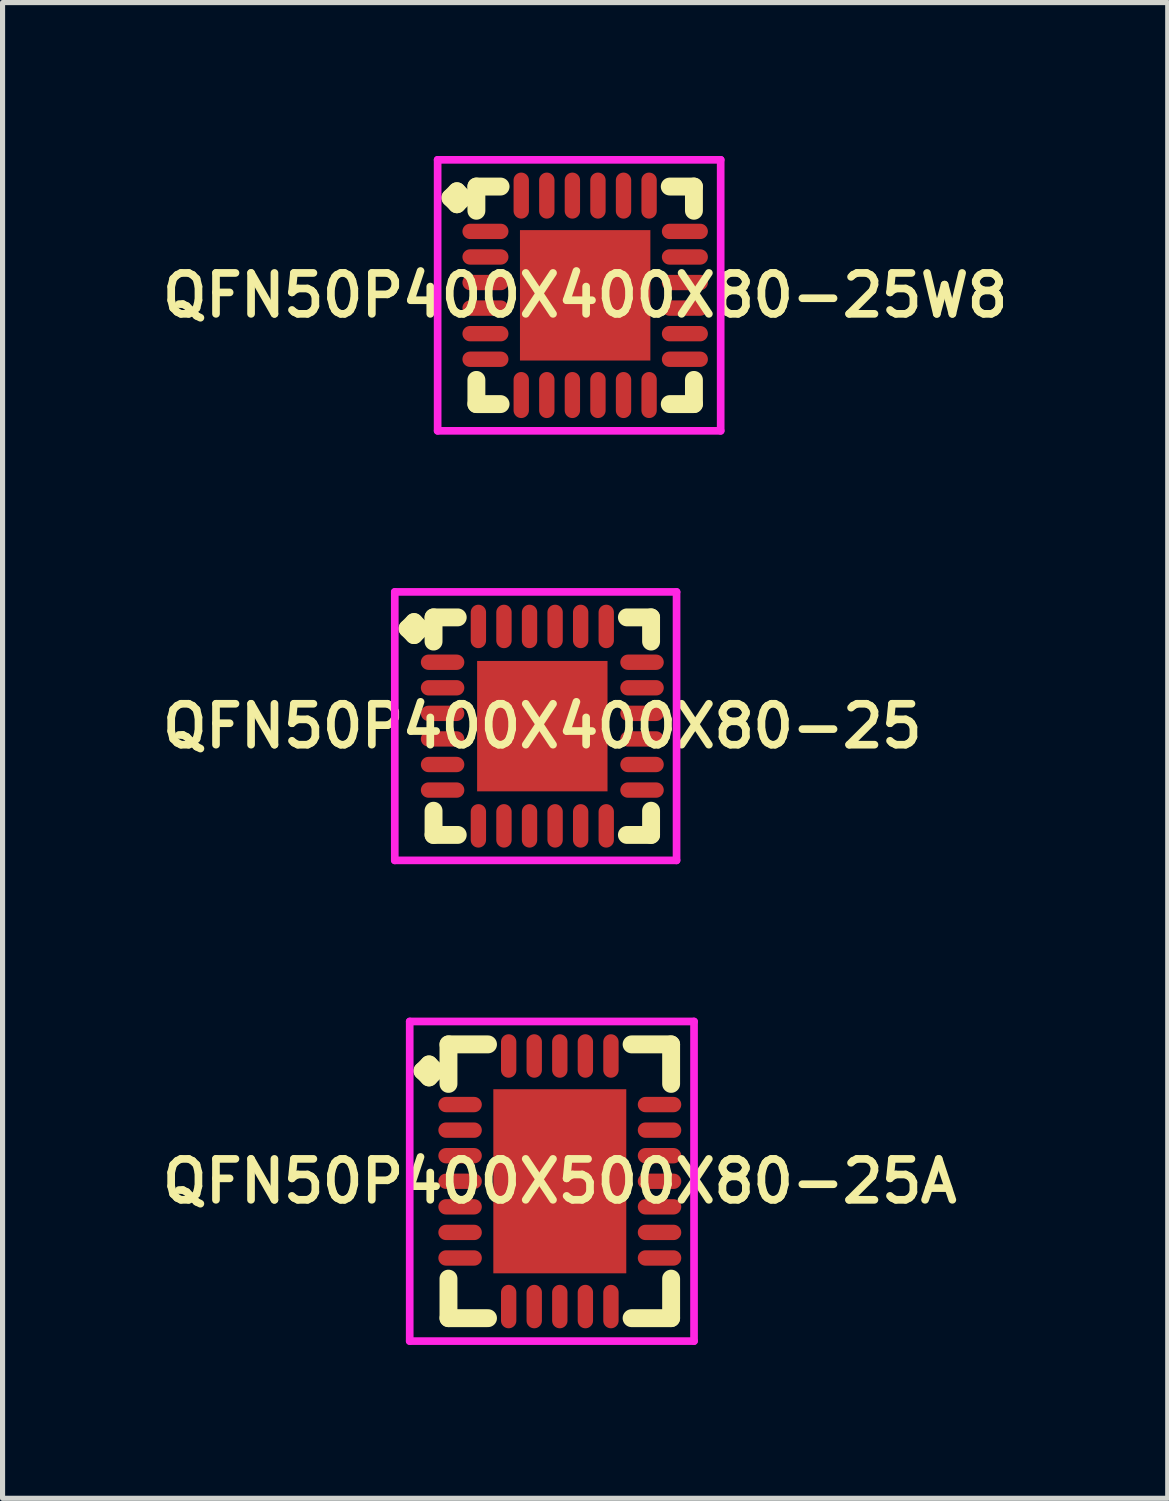
<source format=kicad_pcb>
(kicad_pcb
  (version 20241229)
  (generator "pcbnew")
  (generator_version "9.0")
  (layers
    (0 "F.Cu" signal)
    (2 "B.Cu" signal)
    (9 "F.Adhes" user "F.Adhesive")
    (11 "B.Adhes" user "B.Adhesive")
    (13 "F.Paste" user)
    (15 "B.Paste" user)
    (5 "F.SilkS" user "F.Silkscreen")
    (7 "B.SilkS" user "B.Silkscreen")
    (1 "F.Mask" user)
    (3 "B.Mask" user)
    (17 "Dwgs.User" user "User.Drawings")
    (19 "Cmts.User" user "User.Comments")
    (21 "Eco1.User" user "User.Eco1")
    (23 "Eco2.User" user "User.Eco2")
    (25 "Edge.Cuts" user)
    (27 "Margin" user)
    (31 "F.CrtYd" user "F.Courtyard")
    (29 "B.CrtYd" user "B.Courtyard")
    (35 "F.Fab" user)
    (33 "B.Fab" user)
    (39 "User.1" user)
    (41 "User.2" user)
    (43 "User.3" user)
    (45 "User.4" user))
  (footprint "QFN50P400X500X80-25A"
    (layer "F.Cu")
    (at 7.897 20.05)
    (property "Reference" "QFN50P400X500X80-25A" (at 0 0 0) (layer "F.SilkS") (effects (font (size 0.8 0.8) (thickness 0.15))))
    (attr smd)
    (fp_line (start -2.685 -2.158) (end -2.558 -2.285) (stroke (width 0.35) (type solid)) (layer "F.SilkS"))
    (fp_line (start -2.558 -2.285) (end -2.431 -2.158) (stroke (width 0.35) (type solid)) (layer "F.SilkS"))
    (fp_line (start -2.558 -2.031) (end -2.685 -2.158) (stroke (width 0.35) (type solid)) (layer "F.SilkS"))
    (fp_line (start -2.431 -2.158) (end -2.558 -2.031) (stroke (width 0.35) (type solid)) (layer "F.SilkS"))
    (fp_line (start -2.177 -2.677) (end -1.404 -2.677) (stroke (width 0.35) (type solid)) (layer "F.SilkS"))
    (fp_line (start -2.177 -1.904) (end -2.177 -2.677) (stroke (width 0.35) (type solid)) (layer "F.SilkS"))
    (fp_line (start -2.177 1.904) (end -2.177 2.677) (stroke (width 0.35) (type solid)) (layer "F.SilkS"))
    (fp_line (start -2.177 2.677) (end -1.404 2.677) (stroke (width 0.35) (type solid)) (layer "F.SilkS"))
    (fp_line (start 1.404 -2.677) (end 2.177 -2.677) (stroke (width 0.35) (type solid)) (layer "F.SilkS"))
    (fp_line (start 1.404 2.677) (end 2.177 2.677) (stroke (width 0.35) (type solid)) (layer "F.SilkS"))
    (fp_line (start 2.177 -2.677) (end 2.177 -1.904) (stroke (width 0.35) (type solid)) (layer "F.SilkS"))
    (fp_line (start 2.177 2.677) (end 2.177 1.904) (stroke (width 0.35) (type solid)) (layer "F.SilkS"))
    (fp_line (start -2.935 -3.125) (end 2.625 -3.125) (stroke (width 0.15) (type solid)) (layer "F.CrtYd"))
    (fp_line (start -2.935 3.125) (end -2.935 -3.125) (stroke (width 0.15) (type solid)) (layer "F.CrtYd"))
    (fp_line (start 2.625 -3.125) (end 2.625 3.125) (stroke (width 0.15) (type solid)) (layer "F.CrtYd"))
    (fp_line (start 2.625 3.125) (end -2.935 3.125) (stroke (width 0.15) (type solid)) (layer "F.CrtYd"))
    (pad "1" smd oval (at -1.95 -1.5) (size 0.85 0.3) (layers "F.Cu" "F.Mask" "F.Paste"))
    (pad "2" smd oval (at -1.95 -1) (size 0.85 0.3) (layers "F.Cu" "F.Mask" "F.Paste"))
    (pad "3" smd oval (at -1.95 -0.5) (size 0.85 0.3) (layers "F.Cu" "F.Mask" "F.Paste"))
    (pad "4" smd oval (at -1.95 0) (size 0.85 0.3) (layers "F.Cu" "F.Mask" "F.Paste"))
    (pad "5" smd oval (at -1.95 0.5) (size 0.85 0.3) (layers "F.Cu" "F.Mask" "F.Paste"))
    (pad "6" smd oval (at -1.95 1) (size 0.85 0.3) (layers "F.Cu" "F.Mask" "F.Paste"))
    (pad "7" smd oval (at -1.95 1.5) (size 0.85 0.3) (layers "F.Cu" "F.Mask" "F.Paste"))
    (pad "8" smd oval (at -1 2.45) (size 0.3 0.85) (layers "F.Cu" "F.Mask" "F.Paste"))
    (pad "9" smd oval (at -0.5 2.45) (size 0.3 0.85) (layers "F.Cu" "F.Mask" "F.Paste"))
    (pad "10" smd oval (at 0 2.45) (size 0.3 0.85) (layers "F.Cu" "F.Mask" "F.Paste"))
    (pad "11" smd oval (at 0.5 2.45) (size 0.3 0.85) (layers "F.Cu" "F.Mask" "F.Paste"))
    (pad "12" smd oval (at 1 2.45) (size 0.3 0.85) (layers "F.Cu" "F.Mask" "F.Paste"))
    (pad "13" smd oval (at 1.95 1.5) (size 0.85 0.3) (layers "F.Cu" "F.Mask" "F.Paste"))
    (pad "14" smd oval (at 1.95 1) (size 0.85 0.3) (layers "F.Cu" "F.Mask" "F.Paste"))
    (pad "15" smd oval (at 1.95 0.5) (size 0.85 0.3) (layers "F.Cu" "F.Mask" "F.Paste"))
    (pad "16" smd oval (at 1.95 0) (size 0.85 0.3) (layers "F.Cu" "F.Mask" "F.Paste"))
    (pad "17" smd oval (at 1.95 -0.5) (size 0.85 0.3) (layers "F.Cu" "F.Mask" "F.Paste"))
    (pad "18" smd oval (at 1.95 -1) (size 0.85 0.3) (layers "F.Cu" "F.Mask" "F.Paste"))
    (pad "19" smd oval (at 1.95 -1.5) (size 0.85 0.3) (layers "F.Cu" "F.Mask" "F.Paste"))
    (pad "20" smd oval (at 1 -2.45) (size 0.3 0.85) (layers "F.Cu" "F.Mask" "F.Paste"))
    (pad "21" smd oval (at 0.5 -2.45) (size 0.3 0.85) (layers "F.Cu" "F.Mask" "F.Paste"))
    (pad "22" smd oval (at 0 -2.45) (size 0.3 0.85) (layers "F.Cu" "F.Mask" "F.Paste"))
    (pad "23" smd oval (at -0.5 -2.45) (size 0.3 0.85) (layers "F.Cu" "F.Mask" "F.Paste"))
    (pad "24" smd oval (at -1 -2.45) (size 0.3 0.85) (layers "F.Cu" "F.Mask" "F.Paste"))
    (pad "25" smd rect (at 0 0) (size 2.6 3.6) (layers "F.Cu" "F.Mask" "F.Paste")))
  (footprint "QFN50P400X400X80-25W8"
    (layer "F.Cu")
    (at 8.393 2.725)
    (property "Reference" "QFN50P400X400X80-25W8" (at 0 0 0) (layer "F.SilkS") (effects (font (size 0.8 0.8) (thickness 0.15))))
    (attr smd)
    (fp_line (start -2.635 -1.908) (end -2.508 -2.035) (stroke (width 0.35) (type solid)) (layer "F.SilkS"))
    (fp_line (start -2.508 -2.035) (end -2.381 -1.908) (stroke (width 0.35) (type solid)) (layer "F.SilkS"))
    (fp_line (start -2.508 -1.781) (end -2.635 -1.908) (stroke (width 0.35) (type solid)) (layer "F.SilkS"))
    (fp_line (start -2.381 -1.908) (end -2.508 -1.781) (stroke (width 0.35) (type solid)) (layer "F.SilkS"))
    (fp_line (start -2.127 -2.127) (end -1.654 -2.127) (stroke (width 0.35) (type solid)) (layer "F.SilkS"))
    (fp_line (start -2.127 -1.654) (end -2.127 -2.127) (stroke (width 0.35) (type solid)) (layer "F.SilkS"))
    (fp_line (start -2.127 1.654) (end -2.127 2.127) (stroke (width 0.35) (type solid)) (layer "F.SilkS"))
    (fp_line (start -2.127 2.127) (end -1.654 2.127) (stroke (width 0.35) (type solid)) (layer "F.SilkS"))
    (fp_line (start 1.654 -2.127) (end 2.127 -2.127) (stroke (width 0.35) (type solid)) (layer "F.SilkS"))
    (fp_line (start 1.654 2.127) (end 2.127 2.127) (stroke (width 0.35) (type solid)) (layer "F.SilkS"))
    (fp_line (start 2.127 -2.127) (end 2.127 -1.654) (stroke (width 0.35) (type solid)) (layer "F.SilkS"))
    (fp_line (start 2.127 2.127) (end 2.127 1.654) (stroke (width 0.35) (type solid)) (layer "F.SilkS"))
    (fp_line (start -2.885 -2.65) (end 2.65 -2.65) (stroke (width 0.15) (type solid)) (layer "F.CrtYd"))
    (fp_line (start -2.885 2.65) (end -2.885 -2.65) (stroke (width 0.15) (type solid)) (layer "F.CrtYd"))
    (fp_line (start 2.65 -2.65) (end 2.65 2.65) (stroke (width 0.15) (type solid)) (layer "F.CrtYd"))
    (fp_line (start 2.65 2.65) (end -2.885 2.65) (stroke (width 0.15) (type solid)) (layer "F.CrtYd"))
    (pad "1" smd oval (at -1.95 -1.25) (size 0.9 0.3) (layers "F.Cu" "F.Mask" "F.Paste"))
    (pad "2" smd oval (at -1.95 -0.75) (size 0.9 0.3) (layers "F.Cu" "F.Mask" "F.Paste"))
    (pad "3" smd oval (at -1.95 -0.25) (size 0.9 0.3) (layers "F.Cu" "F.Mask" "F.Paste"))
    (pad "4" smd oval (at -1.95 0.25) (size 0.9 0.3) (layers "F.Cu" "F.Mask" "F.Paste"))
    (pad "5" smd oval (at -1.95 0.75) (size 0.9 0.3) (layers "F.Cu" "F.Mask" "F.Paste"))
    (pad "6" smd oval (at -1.95 1.25) (size 0.9 0.3) (layers "F.Cu" "F.Mask" "F.Paste"))
    (pad "7" smd oval (at -1.25 1.95) (size 0.3 0.9) (layers "F.Cu" "F.Mask" "F.Paste"))
    (pad "8" smd oval (at -0.75 1.95) (size 0.3 0.9) (layers "F.Cu" "F.Mask" "F.Paste"))
    (pad "9" smd oval (at -0.25 1.95) (size 0.3 0.9) (layers "F.Cu" "F.Mask" "F.Paste"))
    (pad "10" smd oval (at 0.25 1.95) (size 0.3 0.9) (layers "F.Cu" "F.Mask" "F.Paste"))
    (pad "11" smd oval (at 0.75 1.95) (size 0.3 0.9) (layers "F.Cu" "F.Mask" "F.Paste"))
    (pad "12" smd oval (at 1.25 1.95) (size 0.3 0.9) (layers "F.Cu" "F.Mask" "F.Paste"))
    (pad "13" smd oval (at 1.95 1.25) (size 0.9 0.3) (layers "F.Cu" "F.Mask" "F.Paste"))
    (pad "14" smd oval (at 1.95 0.75) (size 0.9 0.3) (layers "F.Cu" "F.Mask" "F.Paste"))
    (pad "15" smd oval (at 1.95 0.25) (size 0.9 0.3) (layers "F.Cu" "F.Mask" "F.Paste"))
    (pad "16" smd oval (at 1.95 -0.25) (size 0.9 0.3) (layers "F.Cu" "F.Mask" "F.Paste"))
    (pad "17" smd oval (at 1.95 -0.75) (size 0.9 0.3) (layers "F.Cu" "F.Mask" "F.Paste"))
    (pad "18" smd oval (at 1.95 -1.25) (size 0.9 0.3) (layers "F.Cu" "F.Mask" "F.Paste"))
    (pad "19" smd oval (at 1.25 -1.95) (size 0.3 0.9) (layers "F.Cu" "F.Mask" "F.Paste"))
    (pad "20" smd oval (at 0.75 -1.95) (size 0.3 0.9) (layers "F.Cu" "F.Mask" "F.Paste"))
    (pad "21" smd oval (at 0.25 -1.95) (size 0.3 0.9) (layers "F.Cu" "F.Mask" "F.Paste"))
    (pad "22" smd oval (at -0.25 -1.95) (size 0.3 0.9) (layers "F.Cu" "F.Mask" "F.Paste"))
    (pad "23" smd oval (at -0.75 -1.95) (size 0.3 0.9) (layers "F.Cu" "F.Mask" "F.Paste"))
    (pad "24" smd oval (at -1.25 -1.95) (size 0.3 0.9) (layers "F.Cu" "F.Mask" "F.Paste"))
    (pad "25" smd rect (at 0 0) (size 2.55 2.55) (layers "F.Cu" "F.Mask" "F.Paste")))
  (footprint "QFN50P400X400X80-25"
    (layer "F.Cu")
    (at 7.555 11.15)
    (property "Reference" "QFN50P400X400X80-25" (at 0 0 0) (layer "F.SilkS") (effects (font (size 0.8 0.8) (thickness 0.15))))
    (attr through_hole)
    (fp_line (start -2.635 -1.908) (end -2.508 -2.035) (stroke (width 0.35) (type solid)) (layer "F.SilkS"))
    (fp_line (start -2.508 -2.035) (end -2.381 -1.908) (stroke (width 0.35) (type solid)) (layer "F.SilkS"))
    (fp_line (start -2.508 -1.781) (end -2.635 -1.908) (stroke (width 0.35) (type solid)) (layer "F.SilkS"))
    (fp_line (start -2.381 -1.908) (end -2.508 -1.781) (stroke (width 0.35) (type solid)) (layer "F.SilkS"))
    (fp_line (start -2.127 -2.127) (end -1.654 -2.127) (stroke (width 0.35) (type solid)) (layer "F.SilkS"))
    (fp_line (start -2.127 -1.654) (end -2.127 -2.127) (stroke (width 0.35) (type solid)) (layer "F.SilkS"))
    (fp_line (start -2.127 1.654) (end -2.127 2.127) (stroke (width 0.35) (type solid)) (layer "F.SilkS"))
    (fp_line (start -2.127 2.127) (end -1.654 2.127) (stroke (width 0.35) (type solid)) (layer "F.SilkS"))
    (fp_line (start 1.654 -2.127) (end 2.127 -2.127) (stroke (width 0.35) (type solid)) (layer "F.SilkS"))
    (fp_line (start 1.654 2.127) (end 2.127 2.127) (stroke (width 0.35) (type solid)) (layer "F.SilkS"))
    (fp_line (start 2.127 -2.127) (end 2.127 -1.654) (stroke (width 0.35) (type solid)) (layer "F.SilkS"))
    (fp_line (start 2.127 2.127) (end 2.127 1.654) (stroke (width 0.35) (type solid)) (layer "F.SilkS"))
    (fp_line (start -2.885 -2.625) (end 2.625 -2.625) (stroke (width 0.15) (type solid)) (layer "F.CrtYd"))
    (fp_line (start -2.885 2.625) (end -2.885 -2.625) (stroke (width 0.15) (type solid)) (layer "F.CrtYd"))
    (fp_line (start 2.625 -2.625) (end 2.625 2.625) (stroke (width 0.15) (type solid)) (layer "F.CrtYd"))
    (fp_line (start 2.625 2.625) (end -2.885 2.625) (stroke (width 0.15) (type solid)) (layer "F.CrtYd"))
    (pad "1" smd oval (at -1.95 -1.25) (size 0.85 0.3) (layers "F.Cu" "F.Mask" "F.Paste"))
    (pad "2" smd oval (at -1.95 -0.75) (size 0.85 0.3) (layers "F.Cu" "F.Mask" "F.Paste"))
    (pad "3" smd oval (at -1.95 -0.25) (size 0.85 0.3) (layers "F.Cu" "F.Mask" "F.Paste"))
    (pad "4" smd oval (at -1.95 0.25) (size 0.85 0.3) (layers "F.Cu" "F.Mask" "F.Paste"))
    (pad "5" smd oval (at -1.95 0.75) (size 0.85 0.3) (layers "F.Cu" "F.Mask" "F.Paste"))
    (pad "6" smd oval (at -1.95 1.25) (size 0.85 0.3) (layers "F.Cu" "F.Mask" "F.Paste"))
    (pad "7" smd oval (at -1.25 1.95) (size 0.3 0.85) (layers "F.Cu" "F.Mask" "F.Paste"))
    (pad "8" smd oval (at -0.75 1.95) (size 0.3 0.85) (layers "F.Cu" "F.Mask" "F.Paste"))
    (pad "9" smd oval (at -0.25 1.95) (size 0.3 0.85) (layers "F.Cu" "F.Mask" "F.Paste"))
    (pad "10" smd oval (at 0.25 1.95) (size 0.3 0.85) (layers "F.Cu" "F.Mask" "F.Paste"))
    (pad "11" smd oval (at 0.75 1.95) (size 0.3 0.85) (layers "F.Cu" "F.Mask" "F.Paste"))
    (pad "12" smd oval (at 1.25 1.95) (size 0.3 0.85) (layers "F.Cu" "F.Mask" "F.Paste"))
    (pad "13" smd oval (at 1.95 1.25) (size 0.85 0.3) (layers "F.Cu" "F.Mask" "F.Paste"))
    (pad "14" smd oval (at 1.95 0.75) (size 0.85 0.3) (layers "F.Cu" "F.Mask" "F.Paste"))
    (pad "15" smd oval (at 1.95 0.25) (size 0.85 0.3) (layers "F.Cu" "F.Mask" "F.Paste"))
    (pad "16" smd oval (at 1.95 -0.25) (size 0.85 0.3) (layers "F.Cu" "F.Mask" "F.Paste"))
    (pad "17" smd oval (at 1.95 -0.75) (size 0.85 0.3) (layers "F.Cu" "F.Mask" "F.Paste"))
    (pad "18" smd oval (at 1.95 -1.25) (size 0.85 0.3) (layers "F.Cu" "F.Mask" "F.Paste"))
    (pad "19" smd oval (at 1.25 -1.95) (size 0.3 0.85) (layers "F.Cu" "F.Mask" "F.Paste"))
    (pad "20" smd oval (at 0.75 -1.95) (size 0.3 0.85) (layers "F.Cu" "F.Mask" "F.Paste"))
    (pad "21" smd oval (at 0.25 -1.95) (size 0.3 0.85) (layers "F.Cu" "F.Mask" "F.Paste"))
    (pad "22" smd oval (at -0.25 -1.95) (size 0.3 0.85) (layers "F.Cu" "F.Mask" "F.Paste"))
    (pad "23" smd oval (at -0.75 -1.95) (size 0.3 0.85) (layers "F.Cu" "F.Mask" "F.Paste"))
    (pad "24" smd oval (at -1.25 -1.95) (size 0.3 0.85) (layers "F.Cu" "F.Mask" "F.Paste"))
    (pad "25" smd rect (at 0 0) (size 2.55 2.55) (layers "F.Cu" "F.Mask" "F.Paste")))
  (gr_rect
    (start -3 -3)
    (end 19.785 26.25)
    (stroke (width 0.1) (type default))
    (fill no)
    (layer "Edge.Cuts")))
</source>
